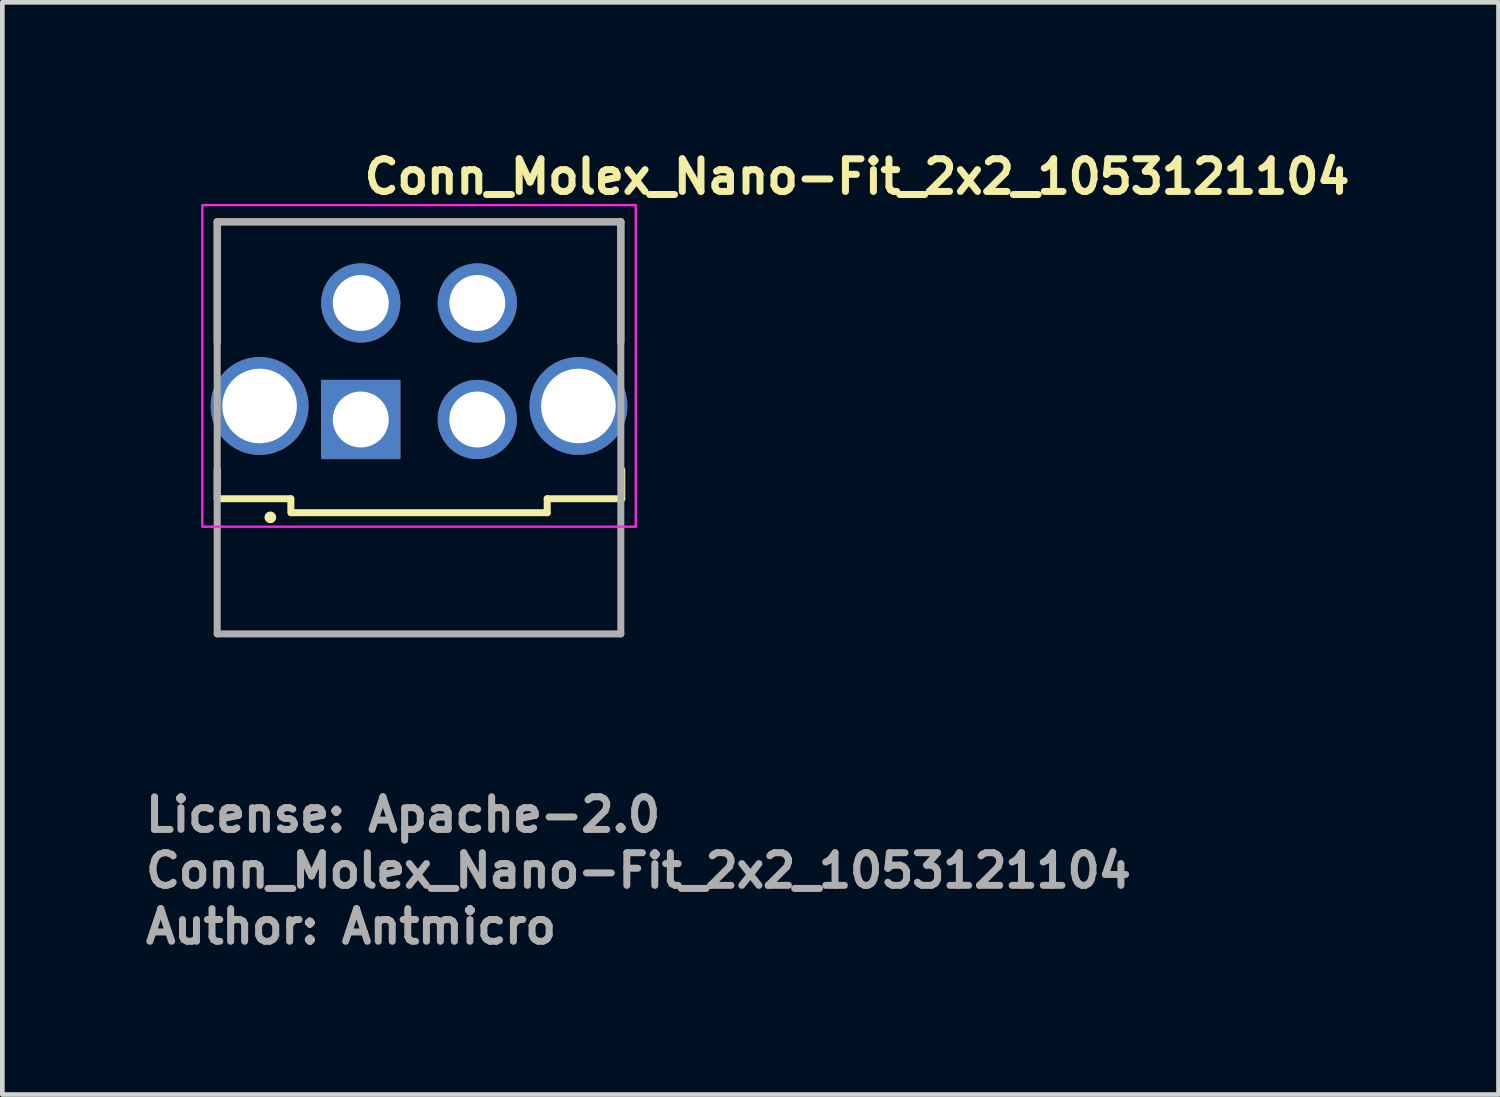
<source format=kicad_pcb>
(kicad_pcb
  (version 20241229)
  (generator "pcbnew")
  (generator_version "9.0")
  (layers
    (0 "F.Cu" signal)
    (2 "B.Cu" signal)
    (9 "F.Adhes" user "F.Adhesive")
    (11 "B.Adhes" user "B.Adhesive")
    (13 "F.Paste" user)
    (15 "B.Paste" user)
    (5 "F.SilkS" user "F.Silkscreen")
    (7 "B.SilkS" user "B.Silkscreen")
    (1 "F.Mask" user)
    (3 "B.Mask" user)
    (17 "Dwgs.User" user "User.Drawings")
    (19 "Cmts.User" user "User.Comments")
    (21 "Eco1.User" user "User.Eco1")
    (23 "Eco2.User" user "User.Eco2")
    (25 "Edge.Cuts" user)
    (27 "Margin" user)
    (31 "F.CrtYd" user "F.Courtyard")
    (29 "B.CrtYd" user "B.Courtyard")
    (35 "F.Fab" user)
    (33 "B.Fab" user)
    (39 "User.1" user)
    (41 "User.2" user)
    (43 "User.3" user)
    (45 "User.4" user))
  (footprint "Conn_Molex_Nano-Fit_2x2_1053121104"
    (layer "F.Cu")
    (at 4.69 5.95)
    (property "Reference" "Conn_Molex_Nano-Fit_2x2_1053121104" (at 0 -4.8 0) (layer "F.SilkS") (effects (font (size 0.7 0.7) (thickness 0.15)) (justify left bottom)))
    (attr through_hole)
    (fp_line (start -3.08 -4.24) (end 5.58 -4.24) (stroke (width 0.15) (type solid)) (layer "F.SilkS"))
    (fp_line (start -3.08 -1.659) (end -3.08 -4.24) (stroke (width 0.15) (type solid)) (layer "F.SilkS"))
    (fp_line (start -3.08 1.7) (end -3.08 1.08) (stroke (width 0.15) (type solid)) (layer "F.SilkS"))
    (fp_line (start -3.08 1.7) (end -1.5 1.7) (stroke (width 0.15) (type solid)) (layer "F.SilkS"))
    (fp_line (start -1.5 1.7) (end -1.5 2) (stroke (width 0.15) (type solid)) (layer "F.SilkS"))
    (fp_line (start -1.48 2) (end 4 2) (stroke (width 0.15) (type solid)) (layer "F.SilkS"))
    (fp_line (start 4 1.7) (end 4 2) (stroke (width 0.15) (type solid)) (layer "F.SilkS"))
    (fp_line (start 4 1.7) (end 5.6 1.7) (stroke (width 0.15) (type solid)) (layer "F.SilkS"))
    (fp_line (start 5.58 -4.24) (end 5.58 -1.659) (stroke (width 0.15) (type solid)) (layer "F.SilkS"))
    (fp_line (start 5.6 1.08) (end 5.6 1.7) (stroke (width 0.15) (type solid)) (layer "F.SilkS"))
    (fp_circle (center -1.94 2.1) (end -1.89 2.1) (stroke (width 0.15) (type solid)) (fill yes) (layer "F.SilkS"))
    (fp_rect (start -3.4 -4.6) (end 5.9 2.3) (stroke (width 0.05) (type solid)) (fill no) (layer "F.CrtYd"))
    (fp_line (start -3.08 -4.24) (end 5.58 -4.24) (stroke (width 0.15) (type solid)) (layer "F.Fab"))
    (fp_line (start -3.08 4.6) (end -3.08 -4.24) (stroke (width 0.15) (type solid)) (layer "F.Fab"))
    (fp_line (start 5.58 -4.24) (end 5.58 4.6) (stroke (width 0.15) (type solid)) (layer "F.Fab"))
    (fp_line (start 5.58 4.6) (end -3.08 4.6) (stroke (width 0.15) (type solid)) (layer "F.Fab"))
    (fp_rect (start -3.08 -4.24) (end 5.58 4.6) (stroke (width 0.1) (type solid)) (fill no) (layer "User.5"))
    (fp_line (start -3.08 -2.36) (end -3.08 -2.96) (stroke (width 0.02) (type solid)) (layer "User.9"))
    (fp_line (start -3.08 -2.36) (end -3.08 1.139) (stroke (width 0.02) (type solid)) (layer "User.9"))
    (fp_line (start -3.08 1.74) (end -3.08 1.139) (stroke (width 0.02) (type solid)) (layer "User.9"))
    (fp_line (start -1.72 -4.24) (end -1.72 1.74) (stroke (width 0.02) (type solid)) (layer "User.9"))
    (fp_line (start -1.72 -2.96) (end -3.08 -2.96) (stroke (width 0.02) (type solid)) (layer "User.9"))
    (fp_line (start -1.72 -2.36) (end -3.08 -2.36) (stroke (width 0.02) (type solid)) (layer "User.9"))
    (fp_line (start -1.72 1.139) (end -3.08 1.139) (stroke (width 0.02) (type solid)) (layer "User.9"))
    (fp_line (start -1.72 1.74) (end -3.08 1.74) (stroke (width 0.02) (type solid)) (layer "User.9"))
    (fp_line (start -1.35 1.74) (end -1.72 1.74) (stroke (width 0.02) (type solid)) (layer "User.9"))
    (fp_line (start -1.35 2.56) (end -1.35 1.74) (stroke (width 0.02) (type solid)) (layer "User.9"))
    (fp_line (start -1.35 4.019) (end -1.35 2.56) (stroke (width 0.02) (type solid)) (layer "User.9"))
    (fp_line (start -1.35 4.4) (end -1.35 4.019) (stroke (width 0.02) (type solid)) (layer "User.9"))
    (fp_line (start -1.35 4.4) (end -1.349 4.41) (stroke (width 0.02) (type solid)) (layer "User.9"))
    (fp_line (start -1.349 4.41) (end -1.348 4.42) (stroke (width 0.02) (type solid)) (layer "User.9"))
    (fp_line (start -1.348 4.42) (end -1.347 4.43) (stroke (width 0.02) (type solid)) (layer "User.9"))
    (fp_line (start -1.347 4.43) (end -1.345 4.44) (stroke (width 0.02) (type solid)) (layer "User.9"))
    (fp_line (start -1.345 4.44) (end -1.343 4.449) (stroke (width 0.02) (type solid)) (layer "User.9"))
    (fp_line (start -1.343 4.449) (end -1.341 4.459) (stroke (width 0.02) (type solid)) (layer "User.9"))
    (fp_line (start -1.341 4.459) (end -1.337 4.468) (stroke (width 0.02) (type solid)) (layer "User.9"))
    (fp_line (start -1.337 4.468) (end -1.334 4.477) (stroke (width 0.02) (type solid)) (layer "User.9"))
    (fp_line (start -1.334 4.477) (end -1.33 4.486) (stroke (width 0.02) (type solid)) (layer "User.9"))
    (fp_line (start -1.33 4.486) (end -1.325 4.495) (stroke (width 0.02) (type solid)) (layer "User.9"))
    (fp_line (start -1.325 4.495) (end -1.321 4.503) (stroke (width 0.02) (type solid)) (layer "User.9"))
    (fp_line (start -1.321 4.503) (end -1.315 4.511) (stroke (width 0.02) (type solid)) (layer "User.9"))
    (fp_line (start -1.315 4.511) (end -1.31 4.519) (stroke (width 0.02) (type solid)) (layer "User.9"))
    (fp_line (start -1.31 4.519) (end -1.304 4.527) (stroke (width 0.02) (type solid)) (layer "User.9"))
    (fp_line (start -1.304 4.527) (end -1.298 4.534) (stroke (width 0.02) (type solid)) (layer "User.9"))
    (fp_line (start -1.298 4.534) (end -1.291 4.541) (stroke (width 0.02) (type solid)) (layer "User.9"))
    (fp_line (start -1.291 4.541) (end -1.284 4.548) (stroke (width 0.02) (type solid)) (layer "User.9"))
    (fp_line (start -1.284 4.548) (end -1.277 4.554) (stroke (width 0.02) (type solid)) (layer "User.9"))
    (fp_line (start -1.277 4.554) (end -1.269 4.56) (stroke (width 0.02) (type solid)) (layer "User.9"))
    (fp_line (start -1.269 4.56) (end -1.261 4.565) (stroke (width 0.02) (type solid)) (layer "User.9"))
    (fp_line (start -1.261 4.565) (end -1.253 4.571) (stroke (width 0.02) (type solid)) (layer "User.9"))
    (fp_line (start -1.253 4.571) (end -1.245 4.575) (stroke (width 0.02) (type solid)) (layer "User.9"))
    (fp_line (start -1.245 4.575) (end -1.236 4.58) (stroke (width 0.02) (type solid)) (layer "User.9"))
    (fp_line (start -1.236 4.58) (end -1.227 4.584) (stroke (width 0.02) (type solid)) (layer "User.9"))
    (fp_line (start -1.227 4.584) (end -1.218 4.587) (stroke (width 0.02) (type solid)) (layer "User.9"))
    (fp_line (start -1.218 4.587) (end -1.209 4.591) (stroke (width 0.02) (type solid)) (layer "User.9"))
    (fp_line (start -1.209 4.591) (end -1.199 4.593) (stroke (width 0.02) (type solid)) (layer "User.9"))
    (fp_line (start -1.199 4.593) (end -1.19 4.595) (stroke (width 0.02) (type solid)) (layer "User.9"))
    (fp_line (start -1.19 4.595) (end -1.18 4.597) (stroke (width 0.02) (type solid)) (layer "User.9"))
    (fp_line (start -1.18 4.597) (end -1.17 4.598) (stroke (width 0.02) (type solid)) (layer "User.9"))
    (fp_line (start -1.17 4.598) (end -1.16 4.599) (stroke (width 0.02) (type solid)) (layer "User.9"))
    (fp_line (start -1.16 4.599) (end -1.15 4.6) (stroke (width 0.02) (type solid)) (layer "User.9"))
    (fp_line (start -1.11 -1.405) (end -0.4 -1.405) (stroke (width 0.02) (type solid)) (layer "User.9"))
    (fp_line (start -1.11 -1.095) (end -0.4 -1.095) (stroke (width 0.02) (type solid)) (layer "User.9"))
    (fp_line (start -1.11 1.095) (end -1.11 -3.595) (stroke (width 0.02) (type solid)) (layer "User.9"))
    (fp_line (start -1.11 1.095) (end -0.949 1.095) (stroke (width 0.02) (type solid)) (layer "User.9"))
    (fp_line (start -0.949 2.56) (end -1.35 2.56) (stroke (width 0.02) (type solid)) (layer "User.9"))
    (fp_line (start -0.949 2.56) (end -0.949 1.095) (stroke (width 0.02) (type solid)) (layer "User.9"))
    (fp_line (start -0.949 2.56) (end -0.949 3.75) (stroke (width 0.02) (type solid)) (layer "User.9"))
    (fp_line (start -0.949 3.75) (end 3.45 3.75) (stroke (width 0.02) (type solid)) (layer "User.9"))
    (fp_line (start -0.4 -1.095) (end -0.4 -1.405) (stroke (width 0.02) (type solid)) (layer "User.9"))
    (fp_line (start -0.317 -2.817) (end 0.317 -2.817) (stroke (width 0.02) (type solid)) (layer "User.9"))
    (fp_line (start -0.317 -2.182) (end -0.317 -2.817) (stroke (width 0.02) (type solid)) (layer "User.9"))
    (fp_line (start -0.317 -2.182) (end 0.317 -2.182) (stroke (width 0.02) (type solid)) (layer "User.9"))
    (fp_line (start -0.317 -0.317) (end -0.167 -0.167) (stroke (width 0.02) (type solid)) (layer "User.9"))
    (fp_line (start -0.317 -0.317) (end 0.317 -0.317) (stroke (width 0.02) (type solid)) (layer "User.9"))
    (fp_line (start -0.317 0.317) (end -0.317 -0.317) (stroke (width 0.02) (type solid)) (layer "User.9"))
    (fp_line (start -0.317 0.317) (end 0.317 0.317) (stroke (width 0.02) (type solid)) (layer "User.9"))
    (fp_line (start -0.167 -2.667) (end -0.317 -2.817) (stroke (width 0.02) (type solid)) (layer "User.9"))
    (fp_line (start -0.167 -2.667) (end 0.167 -2.667) (stroke (width 0.02) (type solid)) (layer "User.9"))
    (fp_line (start -0.167 -2.332) (end -0.317 -2.182) (stroke (width 0.02) (type solid)) (layer "User.9"))
    (fp_line (start -0.167 -2.332) (end -0.167 -2.667) (stroke (width 0.02) (type solid)) (layer "User.9"))
    (fp_line (start -0.167 -2.332) (end 0.167 -2.332) (stroke (width 0.02) (type solid)) (layer "User.9"))
    (fp_line (start -0.167 -0.167) (end 0.167 -0.167) (stroke (width 0.02) (type solid)) (layer "User.9"))
    (fp_line (start -0.167 0.167) (end -0.317 0.317) (stroke (width 0.02) (type solid)) (layer "User.9"))
    (fp_line (start -0.167 0.167) (end -0.167 -0.167) (stroke (width 0.02) (type solid)) (layer "User.9"))
    (fp_line (start -0.167 0.167) (end 0.167 0.167) (stroke (width 0.02) (type solid)) (layer "User.9"))
    (fp_line (start -0.08 1.095) (end -0.949 1.095) (stroke (width 0.02) (type solid)) (layer "User.9"))
    (fp_line (start -0.08 1.095) (end 1.11 1.095) (stroke (width 0.02) (type solid)) (layer "User.9"))
    (fp_line (start -0.08 1.375) (end -0.08 1.095) (stroke (width 0.02) (type solid)) (layer "User.9"))
    (fp_line (start 0.167 -2.667) (end 0.167 -2.332) (stroke (width 0.02) (type solid)) (layer "User.9"))
    (fp_line (start 0.167 -2.667) (end 0.317 -2.817) (stroke (width 0.02) (type solid)) (layer "User.9"))
    (fp_line (start 0.167 -2.332) (end 0.317 -2.182) (stroke (width 0.02) (type solid)) (layer "User.9"))
    (fp_line (start 0.167 -0.167) (end 0.167 0.167) (stroke (width 0.02) (type solid)) (layer "User.9"))
    (fp_line (start 0.167 -0.167) (end 0.317 -0.317) (stroke (width 0.02) (type solid)) (layer "User.9"))
    (fp_line (start 0.2 -1.405) (end -0.4 -1.405) (stroke (width 0.02) (type solid)) (layer "User.9"))
    (fp_line (start 0.2 -1.405) (end 0.2 -1.095) (stroke (width 0.02) (type solid)) (layer "User.9"))
    (fp_line (start 0.2 -1.405) (end 1.11 -1.405) (stroke (width 0.02) (type solid)) (layer "User.9"))
    (fp_line (start 0.2 -1.095) (end -0.4 -1.095) (stroke (width 0.02) (type solid)) (layer "User.9"))
    (fp_line (start 0.317 -2.817) (end 0.317 -2.182) (stroke (width 0.02) (type solid)) (layer "User.9"))
    (fp_line (start 0.317 -0.317) (end 0.317 0.317) (stroke (width 0.02) (type solid)) (layer "User.9"))
    (fp_line (start 0.317 0.317) (end 0.167 0.167) (stroke (width 0.02) (type solid)) (layer "User.9"))
    (fp_line (start 1.11 -3.595) (end -1.11 -3.595) (stroke (width 0.02) (type solid)) (layer "User.9"))
    (fp_line (start 1.11 -1.405) (end 1.11 -3.595) (stroke (width 0.02) (type solid)) (layer "User.9"))
    (fp_line (start 1.11 -1.095) (end 0.2 -1.095) (stroke (width 0.02) (type solid)) (layer "User.9"))
    (fp_line (start 1.11 1.095) (end 1.11 -1.095) (stroke (width 0.02) (type solid)) (layer "User.9"))
    (fp_line (start 1.389 -3.595) (end 1.389 -1.405) (stroke (width 0.02) (type solid)) (layer "User.9"))
    (fp_line (start 1.389 -1.405) (end 3.61 -1.405) (stroke (width 0.02) (type solid)) (layer "User.9"))
    (fp_line (start 1.389 -1.095) (end 1.389 1.095) (stroke (width 0.02) (type solid)) (layer "User.9"))
    (fp_line (start 1.389 1.095) (end 2.58 1.095) (stroke (width 0.02) (type solid)) (layer "User.9"))
    (fp_line (start 2.182 -2.817) (end 2.817 -2.817) (stroke (width 0.02) (type solid)) (layer "User.9"))
    (fp_line (start 2.182 -2.182) (end 2.182 -2.817) (stroke (width 0.02) (type solid)) (layer "User.9"))
    (fp_line (start 2.182 -2.182) (end 2.817 -2.182) (stroke (width 0.02) (type solid)) (layer "User.9"))
    (fp_line (start 2.182 -0.317) (end 2.332 -0.167) (stroke (width 0.02) (type solid)) (layer "User.9"))
    (fp_line (start 2.182 -0.317) (end 2.817 -0.317) (stroke (width 0.02) (type solid)) (layer "User.9"))
    (fp_line (start 2.182 0.317) (end 2.182 -0.317) (stroke (width 0.02) (type solid)) (layer "User.9"))
    (fp_line (start 2.182 0.317) (end 2.817 0.317) (stroke (width 0.02) (type solid)) (layer "User.9"))
    (fp_line (start 2.332 -2.667) (end 2.182 -2.817) (stroke (width 0.02) (type solid)) (layer "User.9"))
    (fp_line (start 2.332 -2.667) (end 2.667 -2.667) (stroke (width 0.02) (type solid)) (layer "User.9"))
    (fp_line (start 2.332 -2.332) (end 2.182 -2.182) (stroke (width 0.02) (type solid)) (layer "User.9"))
    (fp_line (start 2.332 -2.332) (end 2.332 -2.667) (stroke (width 0.02) (type solid)) (layer "User.9"))
    (fp_line (start 2.332 -2.332) (end 2.667 -2.332) (stroke (width 0.02) (type solid)) (layer "User.9"))
    (fp_line (start 2.332 -0.167) (end 2.667 -0.167) (stroke (width 0.02) (type solid)) (layer "User.9"))
    (fp_line (start 2.332 0.167) (end 2.182 0.317) (stroke (width 0.02) (type solid)) (layer "User.9"))
    (fp_line (start 2.332 0.167) (end 2.332 -0.167) (stroke (width 0.02) (type solid)) (layer "User.9"))
    (fp_line (start 2.332 0.167) (end 2.667 0.167) (stroke (width 0.02) (type solid)) (layer "User.9"))
    (fp_line (start 2.58 1.095) (end 2.58 1.375) (stroke (width 0.02) (type solid)) (layer "User.9"))
    (fp_line (start 2.58 1.095) (end 3.45 1.095) (stroke (width 0.02) (type solid)) (layer "User.9"))
    (fp_line (start 2.58 1.375) (end -0.08 1.375) (stroke (width 0.02) (type solid)) (layer "User.9"))
    (fp_line (start 2.667 -2.667) (end 2.667 -2.332) (stroke (width 0.02) (type solid)) (layer "User.9"))
    (fp_line (start 2.667 -2.667) (end 2.817 -2.817) (stroke (width 0.02) (type solid)) (layer "User.9"))
    (fp_line (start 2.667 -2.332) (end 2.817 -2.182) (stroke (width 0.02) (type solid)) (layer "User.9"))
    (fp_line (start 2.667 -0.167) (end 2.667 0.167) (stroke (width 0.02) (type solid)) (layer "User.9"))
    (fp_line (start 2.667 -0.167) (end 2.817 -0.317) (stroke (width 0.02) (type solid)) (layer "User.9"))
    (fp_line (start 2.817 -2.817) (end 2.817 -2.182) (stroke (width 0.02) (type solid)) (layer "User.9"))
    (fp_line (start 2.817 -0.317) (end 2.817 0.317) (stroke (width 0.02) (type solid)) (layer "User.9"))
    (fp_line (start 2.817 0.317) (end 2.667 0.167) (stroke (width 0.02) (type solid)) (layer "User.9"))
    (fp_line (start 3.45 1.095) (end 3.61 1.095) (stroke (width 0.02) (type solid)) (layer "User.9"))
    (fp_line (start 3.45 2.56) (end 3.45 1.095) (stroke (width 0.02) (type solid)) (layer "User.9"))
    (fp_line (start 3.45 2.56) (end 3.45 3.75) (stroke (width 0.02) (type solid)) (layer "User.9"))
    (fp_line (start 3.61 -3.595) (end 1.389 -3.595) (stroke (width 0.02) (type solid)) (layer "User.9"))
    (fp_line (start 3.61 -1.405) (end 3.61 -3.595) (stroke (width 0.02) (type solid)) (layer "User.9"))
    (fp_line (start 3.61 -1.095) (end 1.389 -1.095) (stroke (width 0.02) (type solid)) (layer "User.9"))
    (fp_line (start 3.61 1.095) (end 3.61 -1.095) (stroke (width 0.02) (type solid)) (layer "User.9"))
    (fp_line (start 3.65 4.6) (end -1.15 4.6) (stroke (width 0.02) (type solid)) (layer "User.9"))
    (fp_line (start 3.65 4.6) (end 3.66 4.599) (stroke (width 0.02) (type solid)) (layer "User.9"))
    (fp_line (start 3.66 4.599) (end 3.67 4.598) (stroke (width 0.02) (type solid)) (layer "User.9"))
    (fp_line (start 3.67 4.598) (end 3.68 4.597) (stroke (width 0.02) (type solid)) (layer "User.9"))
    (fp_line (start 3.68 4.597) (end 3.69 4.595) (stroke (width 0.02) (type solid)) (layer "User.9"))
    (fp_line (start 3.69 4.595) (end 3.699 4.593) (stroke (width 0.02) (type solid)) (layer "User.9"))
    (fp_line (start 3.699 4.593) (end 3.709 4.591) (stroke (width 0.02) (type solid)) (layer "User.9"))
    (fp_line (start 3.709 4.591) (end 3.718 4.587) (stroke (width 0.02) (type solid)) (layer "User.9"))
    (fp_line (start 3.718 4.587) (end 3.727 4.584) (stroke (width 0.02) (type solid)) (layer "User.9"))
    (fp_line (start 3.727 4.584) (end 3.736 4.58) (stroke (width 0.02) (type solid)) (layer "User.9"))
    (fp_line (start 3.736 4.58) (end 3.745 4.575) (stroke (width 0.02) (type solid)) (layer "User.9"))
    (fp_line (start 3.745 4.575) (end 3.753 4.571) (stroke (width 0.02) (type solid)) (layer "User.9"))
    (fp_line (start 3.753 4.571) (end 3.761 4.565) (stroke (width 0.02) (type solid)) (layer "User.9"))
    (fp_line (start 3.761 4.565) (end 3.769 4.56) (stroke (width 0.02) (type solid)) (layer "User.9"))
    (fp_line (start 3.769 4.56) (end 3.777 4.554) (stroke (width 0.02) (type solid)) (layer "User.9"))
    (fp_line (start 3.777 4.554) (end 3.784 4.548) (stroke (width 0.02) (type solid)) (layer "User.9"))
    (fp_line (start 3.784 4.548) (end 3.791 4.541) (stroke (width 0.02) (type solid)) (layer "User.9"))
    (fp_line (start 3.791 4.541) (end 3.798 4.534) (stroke (width 0.02) (type solid)) (layer "User.9"))
    (fp_line (start 3.798 4.534) (end 3.804 4.527) (stroke (width 0.02) (type solid)) (layer "User.9"))
    (fp_line (start 3.804 4.527) (end 3.81 4.519) (stroke (width 0.02) (type solid)) (layer "User.9"))
    (fp_line (start 3.81 4.519) (end 3.815 4.511) (stroke (width 0.02) (type solid)) (layer "User.9"))
    (fp_line (start 3.815 4.511) (end 3.821 4.503) (stroke (width 0.02) (type solid)) (layer "User.9"))
    (fp_line (start 3.821 4.503) (end 3.825 4.495) (stroke (width 0.02) (type solid)) (layer "User.9"))
    (fp_line (start 3.825 4.495) (end 3.83 4.486) (stroke (width 0.02) (type solid)) (layer "User.9"))
    (fp_line (start 3.83 4.486) (end 3.834 4.477) (stroke (width 0.02) (type solid)) (layer "User.9"))
    (fp_line (start 3.834 4.477) (end 3.837 4.468) (stroke (width 0.02) (type solid)) (layer "User.9"))
    (fp_line (start 3.837 4.468) (end 3.841 4.459) (stroke (width 0.02) (type solid)) (layer "User.9"))
    (fp_line (start 3.841 4.459) (end 3.843 4.449) (stroke (width 0.02) (type solid)) (layer "User.9"))
    (fp_line (start 3.843 4.449) (end 3.845 4.44) (stroke (width 0.02) (type solid)) (layer "User.9"))
    (fp_line (start 3.845 4.44) (end 3.847 4.43) (stroke (width 0.02) (type solid)) (layer "User.9"))
    (fp_line (start 3.847 4.43) (end 3.848 4.42) (stroke (width 0.02) (type solid)) (layer "User.9"))
    (fp_line (start 3.848 4.42) (end 3.849 4.41) (stroke (width 0.02) (type solid)) (layer "User.9"))
    (fp_line (start 3.849 4.41) (end 3.85 4.4) (stroke (width 0.02) (type solid)) (layer "User.9"))
    (fp_line (start 3.85 2.56) (end 3.45 2.56) (stroke (width 0.02) (type solid)) (layer "User.9"))
    (fp_line (start 3.85 2.56) (end 3.85 1.74) (stroke (width 0.02) (type solid)) (layer "User.9"))
    (fp_line (start 3.85 4.019) (end -1.35 4.019) (stroke (width 0.02) (type solid)) (layer "User.9"))
    (fp_line (start 3.85 4.019) (end 3.85 2.56) (stroke (width 0.02) (type solid)) (layer "User.9"))
    (fp_line (start 3.85 4.4) (end 3.85 4.019) (stroke (width 0.02) (type solid)) (layer "User.9"))
    (fp_line (start 4.22 -4.24) (end -1.72 -4.24) (stroke (width 0.02) (type solid)) (layer "User.9"))
    (fp_line (start 4.22 -4.24) (end 4.22 1.74) (stroke (width 0.02) (type solid)) (layer "User.9"))
    (fp_line (start 4.22 1.74) (end 3.85 1.74) (stroke (width 0.02) (type solid)) (layer "User.9"))
    (fp_line (start 5.58 -2.96) (end 4.22 -2.96) (stroke (width 0.02) (type solid)) (layer "User.9"))
    (fp_line (start 5.58 -2.36) (end 4.22 -2.36) (stroke (width 0.02) (type solid)) (layer "User.9"))
    (fp_line (start 5.58 -2.36) (end 5.58 -2.96) (stroke (width 0.02) (type solid)) (layer "User.9"))
    (fp_line (start 5.58 -2.36) (end 5.58 1.139) (stroke (width 0.02) (type solid)) (layer "User.9"))
    (fp_line (start 5.58 1.139) (end 4.22 1.139) (stroke (width 0.02) (type solid)) (layer "User.9"))
    (fp_line (start 5.58 1.74) (end 4.22 1.74) (stroke (width 0.02) (type solid)) (layer "User.9"))
    (fp_line (start 5.58 1.74) (end 5.58 1.139) (stroke (width 0.02) (type solid)) (layer "User.9"))
    (fp_text user "${REFERENCE}" (at -4.69 10.088 0) (layer "F.Fab") (effects (font (size 0.7 0.7) (thickness 0.15)) (justify left bottom)))
    (fp_text user "Author: Antmicro" (at -4.69 11.288 0) (layer "F.Fab") (effects (font (size 0.7 0.7) (thickness 0.15)) (justify left bottom)))
    (fp_text user "License: Apache-2.0" (at -4.69 8.888 0) (layer "F.Fab") (effects (font (size 0.7 0.7) (thickness 0.15)) (justify left bottom)))
    (pad "1" thru_hole rect (at 0 0) (size 1.7 1.7) (drill 1.2) (layers "*.Cu" "*.Mask"))
    (pad "2" thru_hole circle (at 2.5 0) (size 1.7 1.7) (drill 1.2) (layers "*.Cu" "*.Mask"))
    (pad "3" thru_hole circle (at 0 -2.5) (size 1.7 1.7) (drill 1.2) (layers "*.Cu" "*.Mask"))
    (pad "4" thru_hole circle (at 2.5 -2.5) (size 1.7 1.7) (drill 1.2) (layers "*.Cu" "*.Mask"))
    (pad "SH" thru_hole circle (at -2.17 -0.29) (size 2.1 2.1) (drill 1.6) (layers "*.Cu" "*.Mask"))
    (pad "SH" thru_hole circle (at 4.67 -0.29) (size 2.1 2.1) (drill 1.6) (layers "*.Cu" "*.Mask")))
  (gr_rect
    (start -3 -3)
    (end 29.1 20.433)
    (stroke (width 0.1) (type default))
    (fill no)
    (layer "Edge.Cuts")))
</source>
